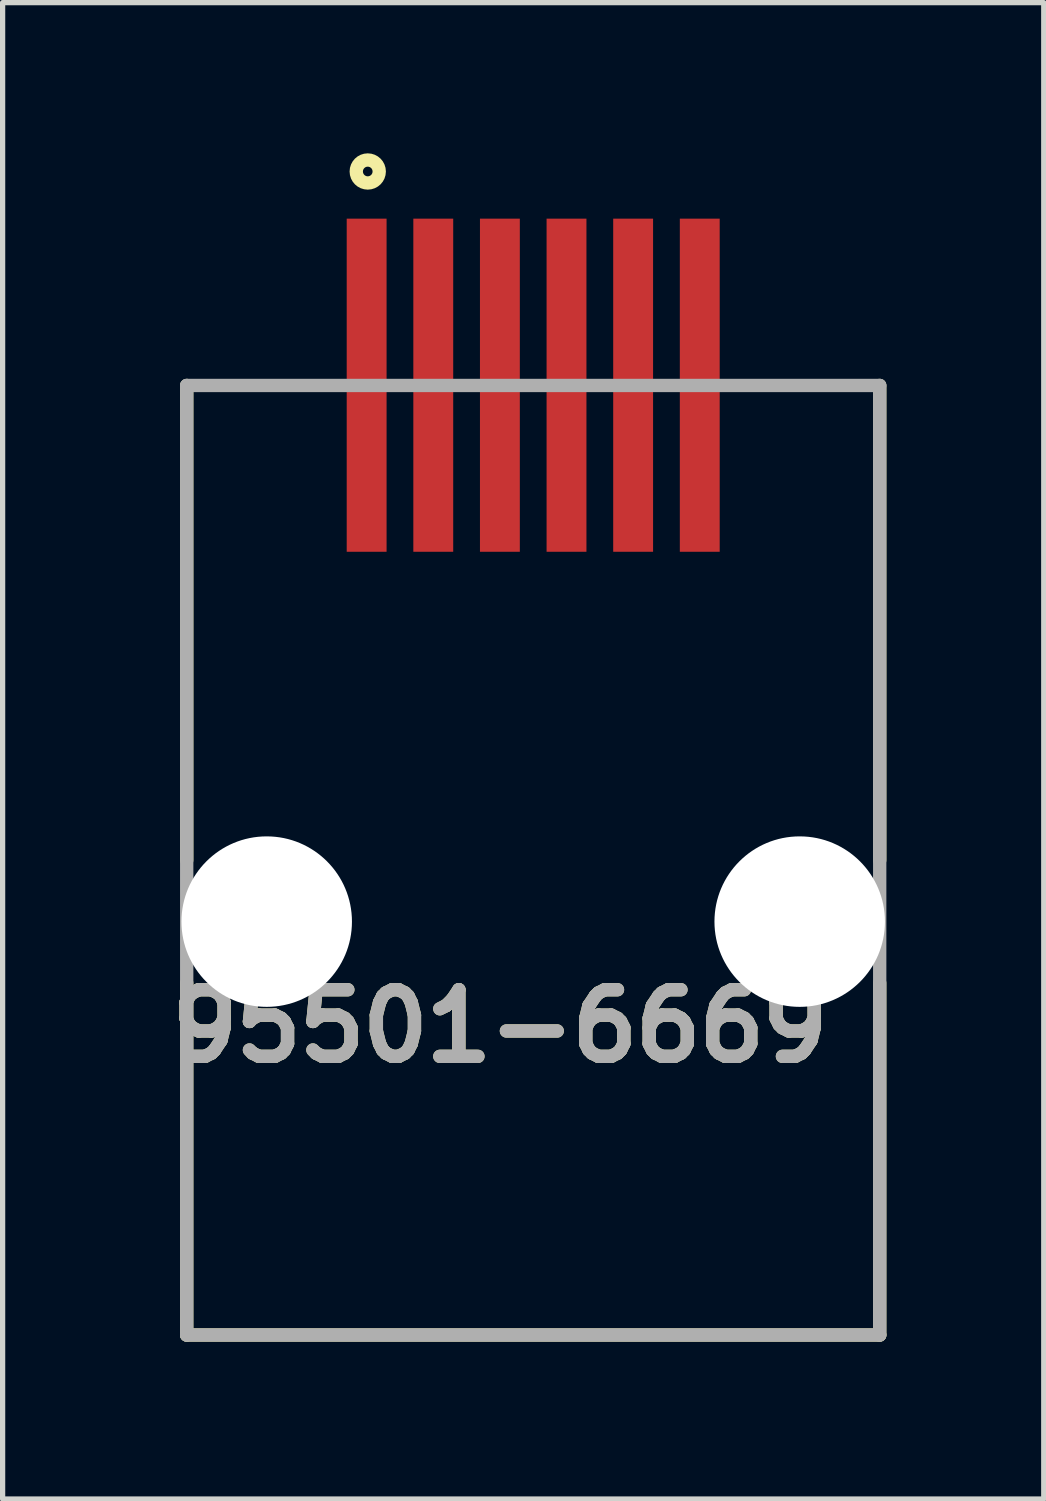
<source format=kicad_pcb>
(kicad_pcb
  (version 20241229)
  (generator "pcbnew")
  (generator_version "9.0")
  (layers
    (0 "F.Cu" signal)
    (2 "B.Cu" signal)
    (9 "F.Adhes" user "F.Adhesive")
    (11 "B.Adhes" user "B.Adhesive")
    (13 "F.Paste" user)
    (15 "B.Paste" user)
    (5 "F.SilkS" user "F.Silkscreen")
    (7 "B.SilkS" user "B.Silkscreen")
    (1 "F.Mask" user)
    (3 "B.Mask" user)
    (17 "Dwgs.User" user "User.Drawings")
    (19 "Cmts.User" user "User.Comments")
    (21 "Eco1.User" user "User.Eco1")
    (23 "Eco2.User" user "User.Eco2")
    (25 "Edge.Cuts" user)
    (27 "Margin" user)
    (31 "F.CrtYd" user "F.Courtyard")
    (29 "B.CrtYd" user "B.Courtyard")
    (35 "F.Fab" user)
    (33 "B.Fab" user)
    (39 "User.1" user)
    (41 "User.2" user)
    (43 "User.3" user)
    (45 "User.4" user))
  (footprint "95501-6669"
    (layer "F.Cu")
    (at 7.114 14.518)
    (property "Reference" "95501-6669" (at -0.631 1.994 0) (layer "F.SilkS") (effects (font (size 1.27 1.27) (thickness 0.254))))
    (attr through_hole)
    (fp_line (start -6.605 -10.22) (end -6.605 -1.17) (stroke (width 0.254) (type solid)) (layer "F.SilkS"))
    (fp_line (start -6.605 7.88) (end -6.605 1.17) (stroke (width 0.254) (type solid)) (layer "F.SilkS"))
    (fp_line (start 6.605 -10.22) (end 6.605 -1.17) (stroke (width 0.254) (type solid)) (layer "F.SilkS"))
    (fp_line (start 6.605 7.88) (end -6.605 7.88) (stroke (width 0.254) (type solid)) (layer "F.SilkS"))
    (fp_line (start 6.605 7.88) (end 6.605 1.17) (stroke (width 0.254) (type solid)) (layer "F.SilkS"))
    (fp_circle (center -3.154 -14.299) (end -3.154 -14.207) (stroke (width 0.254) (type solid)) (fill no) (layer "F.SilkS"))
    (fp_line (start -6.605 -10.22) (end 6.605 -10.22) (stroke (width 0.254) (type solid)) (layer "F.Fab"))
    (fp_line (start -6.605 7.88) (end -6.605 -10.22) (stroke (width 0.254) (type solid)) (layer "F.Fab"))
    (fp_line (start 6.605 -10.22) (end 6.605 7.88) (stroke (width 0.254) (type solid)) (layer "F.Fab"))
    (fp_line (start 6.605 7.88) (end -6.605 7.88) (stroke (width 0.254) (type solid)) (layer "F.Fab"))
    (fp_text user "${REFERENCE}" (at -0.631 1.994 0) (layer "F.Fab") (effects (font (size 1.27 1.27) (thickness 0.254))))
    (pad "" np_thru_hole circle (at -5.08 0) (size 3.25 3.25) (drill 3.25) (layers "*.Cu" "*.Mask"))
    (pad "" np_thru_hole circle (at 5.08 0) (size 3.25 3.25) (drill 3.25) (layers "*.Cu" "*.Mask"))
    (pad "1" smd rect (at -3.175 -10.225) (size 0.76 6.35) (layers "F.Cu" "F.Mask" "F.Paste"))
    (pad "2" smd rect (at -1.905 -10.225) (size 0.76 6.35) (layers "F.Cu" "F.Mask" "F.Paste"))
    (pad "3" smd rect (at -0.635 -10.225) (size 0.76 6.35) (layers "F.Cu" "F.Mask" "F.Paste"))
    (pad "4" smd rect (at 0.635 -10.225) (size 0.76 6.35) (layers "F.Cu" "F.Mask" "F.Paste"))
    (pad "5" smd rect (at 1.905 -10.225) (size 0.76 6.35) (layers "F.Cu" "F.Mask" "F.Paste"))
    (pad "6" smd rect (at 3.175 -10.225) (size 0.76 6.35) (layers "F.Cu" "F.Mask" "F.Paste")))
  (gr_rect
    (start -3 -3)
    (end 16.846 25.525)
    (stroke (width 0.1) (type default))
    (fill no)
    (layer "Edge.Cuts")))
</source>
